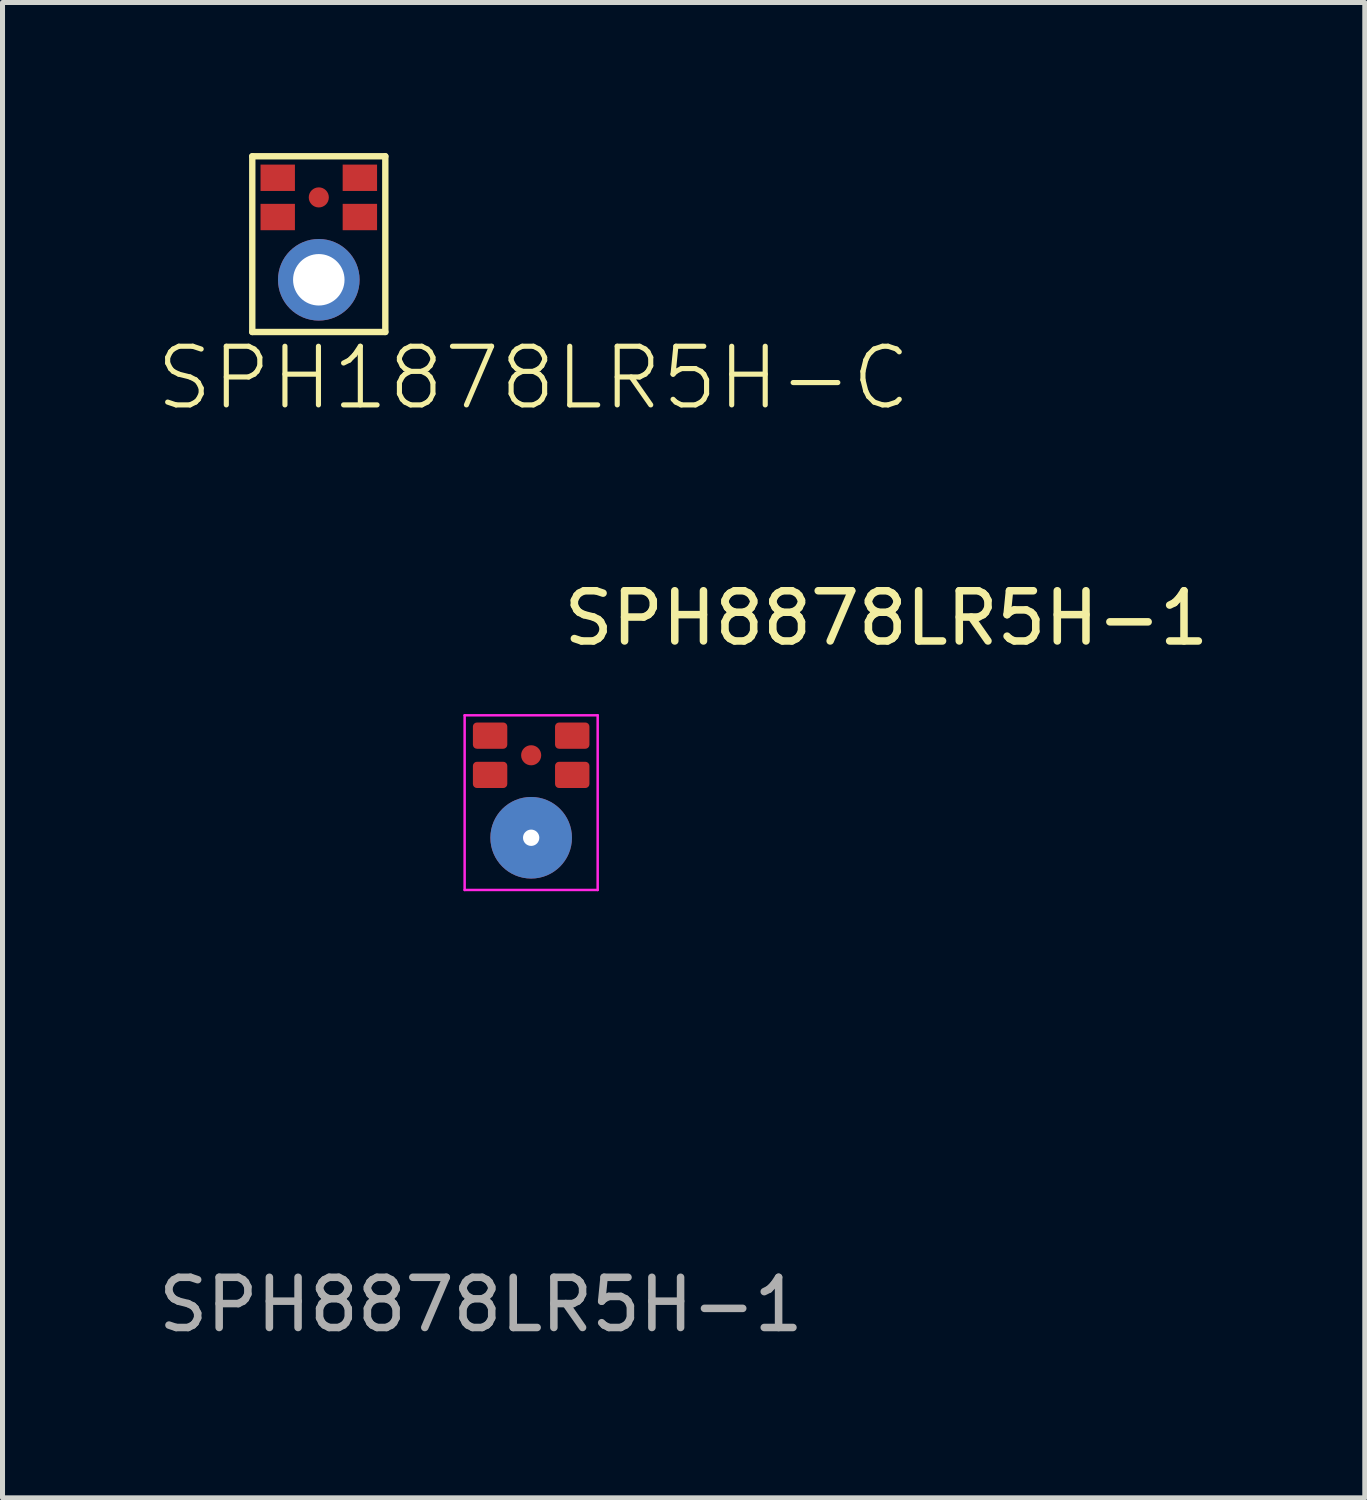
<source format=kicad_pcb>
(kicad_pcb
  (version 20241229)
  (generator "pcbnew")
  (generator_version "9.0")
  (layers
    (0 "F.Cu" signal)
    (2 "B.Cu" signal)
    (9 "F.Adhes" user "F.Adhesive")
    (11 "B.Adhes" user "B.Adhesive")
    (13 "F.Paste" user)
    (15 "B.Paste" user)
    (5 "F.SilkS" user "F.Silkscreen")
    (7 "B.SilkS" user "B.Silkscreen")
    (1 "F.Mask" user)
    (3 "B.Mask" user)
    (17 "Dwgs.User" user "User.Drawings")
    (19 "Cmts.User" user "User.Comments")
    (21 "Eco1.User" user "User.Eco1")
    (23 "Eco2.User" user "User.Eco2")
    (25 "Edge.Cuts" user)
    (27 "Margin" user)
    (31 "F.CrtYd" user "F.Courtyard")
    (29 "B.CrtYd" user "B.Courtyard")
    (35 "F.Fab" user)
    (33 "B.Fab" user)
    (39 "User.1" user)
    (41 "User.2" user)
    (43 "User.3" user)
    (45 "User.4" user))
  (footprint "SPH8878LR5H-1"
    (layer "F.Cu")
    (at 7.53 13.637)
    (property "Reference" "SPH8878LR5H-1" (at 7.075 -4.375 0) (unlocked yes) (layer "F.SilkS") (effects (font (size 1 1) (thickness 0.15))))
    (attr smd)
    (fp_line (start -1.325 -2.439) (end -1.325 1.04) (stroke (width 0.05) (type default)) (layer "F.CrtYd"))
    (fp_line (start -1.325 -2.439) (end 1.325 -2.439) (stroke (width 0.05) (type default)) (layer "F.CrtYd"))
    (fp_line (start -1.325 1.04) (end 1.325 1.04) (stroke (width 0.05) (type default)) (layer "F.CrtYd"))
    (fp_line (start 1.325 1.04) (end 1.325 -2.439) (stroke (width 0.05) (type default)) (layer "F.CrtYd"))
    (fp_text user "${REFERENCE}" (at -1 9.3 0) (unlocked yes) (layer "F.Fab") (effects (font (size 1 1) (thickness 0.15))))
    (pad "0" smd circle (at 0 -1.643) (size 0.4 0.4) (layers "F.Cu" "F.Mask" "F.Paste"))
    (pad "1" smd roundrect (at -0.818 -2.034) (size 0.685 0.523) (layers "F.Cu" "F.Mask" "F.Paste") (roundrect_rratio 0.154))
    (pad "2" smd roundrect (at -0.818 -1.252) (size 0.685 0.523) (layers "F.Cu" "F.Mask" "F.Paste") (roundrect_rratio 0.154))
    (pad "3" thru_hole circle (at 0 0) (size 1.625 1.625) (drill 0.325) (layers "*.Cu" "*.Mask"))
    (pad "4" smd roundrect (at 0.818 -1.252) (size 0.685 0.523) (layers "F.Cu" "F.Mask" "F.Paste") (roundrect_rratio 0.154))
    (pad "5" smd roundrect (at 0.818 -2.034) (size 0.685 0.523) (layers "F.Cu" "F.Mask" "F.Paste") (roundrect_rratio 0.154)))
  (footprint "SPH1878LR5H-C"
    (layer "F.Cu")
    (at 3.3 2.523)
    (property "Reference" "SPH1878LR5H-C" (at -3.3 2.64 0) (unlocked yes) (layer "F.SilkS") (effects (font (size 1.168 1.168) (thickness 0.102)) (justify left bottom)))
    (fp_line (start -1.325 -2.46) (end 1.325 -2.46) (stroke (width 0.127) (type solid)) (layer "F.SilkS"))
    (fp_line (start -1.325 1.04) (end -1.325 -2.46) (stroke (width 0.127) (type solid)) (layer "F.SilkS"))
    (fp_line (start 1.325 -2.46) (end 1.325 1.04) (stroke (width 0.127) (type solid)) (layer "F.SilkS"))
    (fp_line (start 1.325 1.04) (end -1.325 1.04) (stroke (width 0.127) (type solid)) (layer "F.SilkS"))
    (fp_arc (start -0.62 0.22) (mid -0.6608 -0.005) (end -0.62 -0.230001) (stroke (width 0.3) (type solid)) (layer "F.Paste"))
    (fp_arc (start -0.23 -0.62) (mid -0.005 -0.6608) (end 0.22 -0.62) (stroke (width 0.3) (type solid)) (layer "F.Paste"))
    (fp_arc (start 0.22 0.62) (mid -0.005001 0.6608) (end -0.230001 0.62) (stroke (width 0.3) (type solid)) (layer "F.Paste"))
    (fp_arc (start 0.62 -0.22) (mid 0.6608 0.005) (end 0.62 0.230001) (stroke (width 0.3) (type solid)) (layer "F.Paste"))
    (pad "1" smd rect (at -0.818 -2.032) (size 0.685 0.525) (layers "F.Cu" "F.Mask" "F.Paste"))
    (pad "2" smd rect (at -0.818 -1.25) (size 0.685 0.525) (layers "F.Cu" "F.Mask" "F.Paste"))
    (pad "3" thru_hole circle (at 0 0) (size 1.625 1.625) (drill 1.025) (layers "*.Cu" "*.Mask"))
    (pad "4" smd rect (at 0.818 -1.25) (size 0.685 0.525) (layers "F.Cu" "F.Mask" "F.Paste"))
    (pad "5" smd rect (at 0.818 -2.032) (size 0.685 0.525) (layers "F.Cu" "F.Mask" "F.Paste"))
    (pad "CL" smd circle (at 0 -1.641) (size 0.4 0.4) (layers "F.Cu" "F.Mask" "F.Paste")))
  (gr_rect
    (start -3 -3)
    (end 24.135 26.785)
    (stroke (width 0.1) (type default))
    (fill no)
    (layer "Edge.Cuts")))
</source>
